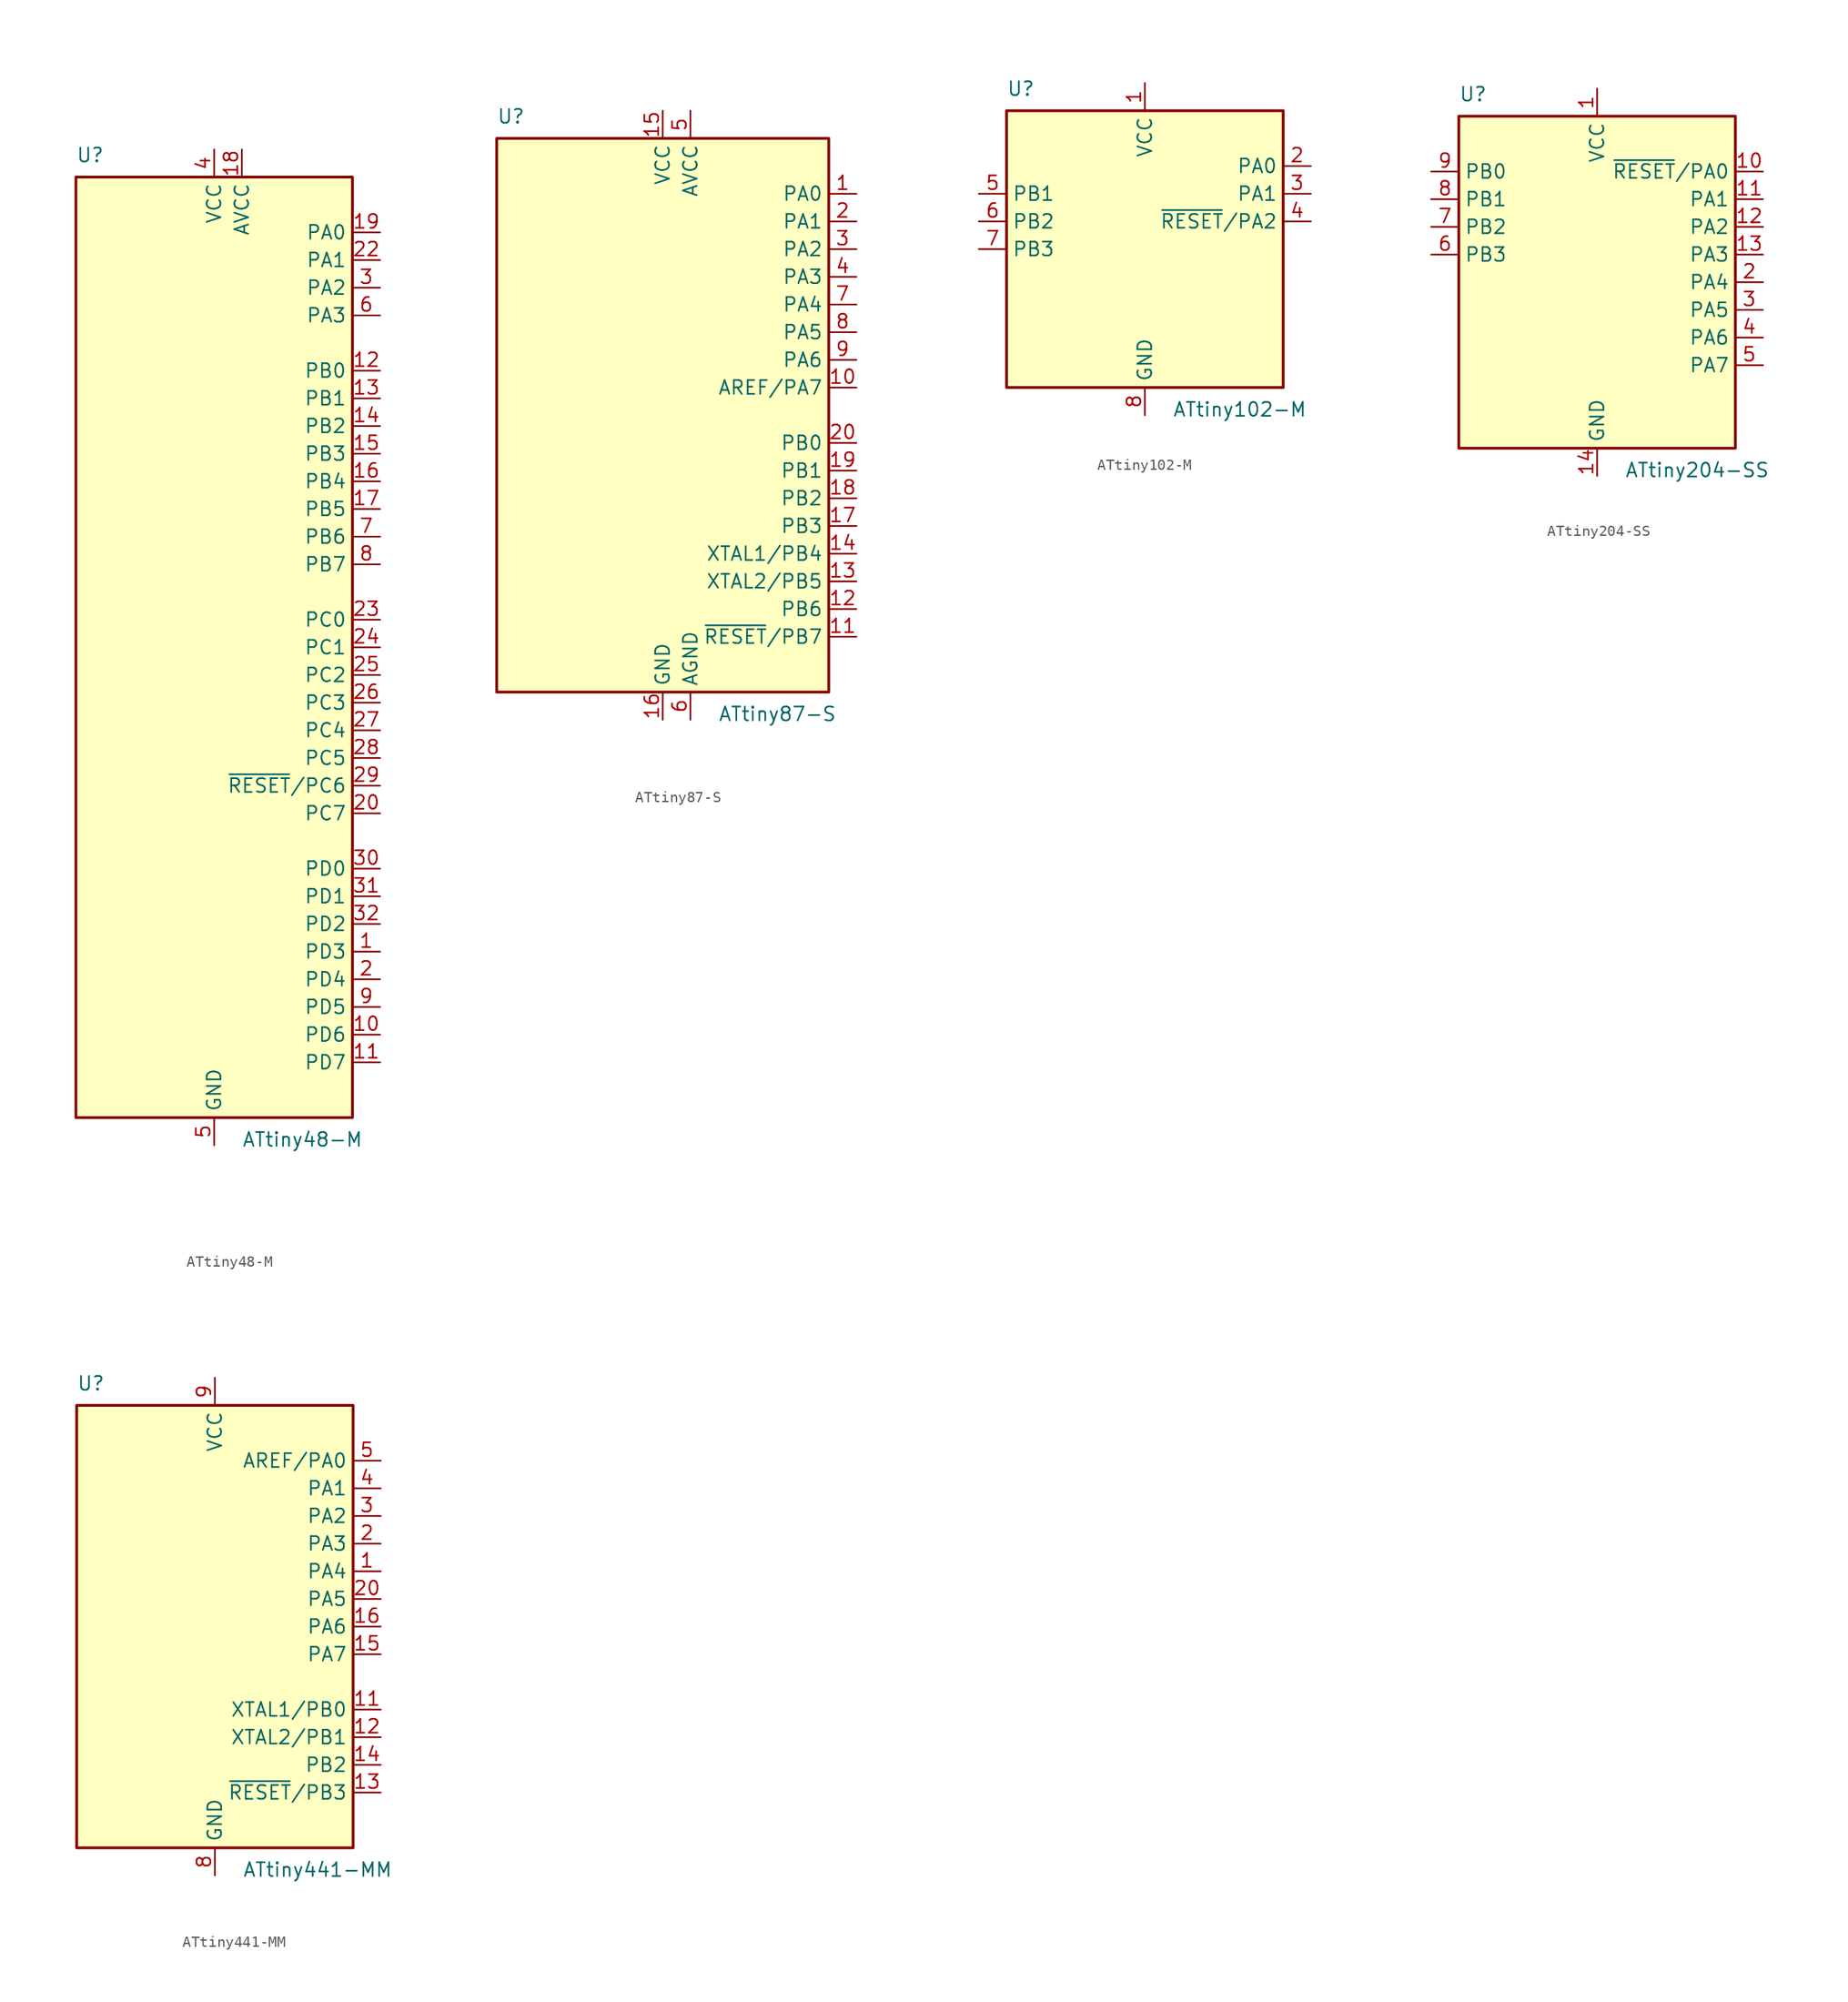
<source format=kicad_sym>
(kicad_symbol_lib
  (version 20231120)
  (generator "kicad_symbol_editor")
  (generator_version "8.0")
  (symbol "ATtiny48-M"
    (property "Reference" "U"
      (at -12.7 44.45 0)
      (effects (font (size 1.27 1.27)) (justify left bottom)))
    (property "Value" "ATtiny48-M"
      (at 2.54 -44.45 0)
      (effects (font (size 1.27 1.27)) (justify left top)))
    (symbol "ATtiny48-M_0_1"
      (rectangle (start -12.7 -43.18) (end 12.7 43.18) (stroke (width 0.254) (type default)) (fill (type background))))
    (symbol "ATtiny48-M_1_1"
      (pin bidirectional line (at 15.24 -27.94 180) (length 2.54) (name "PD3" (effects (font (size 1.27 1.27)))) (number "1" (effects (font (size 1.27 1.27)))))
      (pin bidirectional line (at 15.24 -35.56 180) (length 2.54) (name "PD6" (effects (font (size 1.27 1.27)))) (number "10" (effects (font (size 1.27 1.27)))))
      (pin bidirectional line (at 15.24 -38.1 180) (length 2.54) (name "PD7" (effects (font (size 1.27 1.27)))) (number "11" (effects (font (size 1.27 1.27)))))
      (pin bidirectional line (at 15.24 25.4 180) (length 2.54) (name "PB0" (effects (font (size 1.27 1.27)))) (number "12" (effects (font (size 1.27 1.27)))))
      (pin bidirectional line (at 15.24 22.86 180) (length 2.54) (name "PB1" (effects (font (size 1.27 1.27)))) (number "13" (effects (font (size 1.27 1.27)))))
      (pin bidirectional line (at 15.24 20.32 180) (length 2.54) (name "PB2" (effects (font (size 1.27 1.27)))) (number "14" (effects (font (size 1.27 1.27)))))
      (pin bidirectional line (at 15.24 17.78 180) (length 2.54) (name "PB3" (effects (font (size 1.27 1.27)))) (number "15" (effects (font (size 1.27 1.27)))))
      (pin bidirectional line (at 15.24 15.24 180) (length 2.54) (name "PB4" (effects (font (size 1.27 1.27)))) (number "16" (effects (font (size 1.27 1.27)))))
      (pin bidirectional line (at 15.24 12.7 180) (length 2.54) (name "PB5" (effects (font (size 1.27 1.27)))) (number "17" (effects (font (size 1.27 1.27)))))
      (pin power_in line (at 2.54 45.72 270) (length 2.54) (name "AVCC" (effects (font (size 1.27 1.27)))) (number "18" (effects (font (size 1.27 1.27)))))
      (pin bidirectional line (at 15.24 38.1 180) (length 2.54) (name "PA0" (effects (font (size 1.27 1.27)))) (number "19" (effects (font (size 1.27 1.27)))))
      (pin bidirectional line (at 15.24 -30.48 180) (length 2.54) (name "PD4" (effects (font (size 1.27 1.27)))) (number "2" (effects (font (size 1.27 1.27)))))
      (pin bidirectional line (at 15.24 -15.24 180) (length 2.54) (name "PC7" (effects (font (size 1.27 1.27)))) (number "20" (effects (font (size 1.27 1.27)))))
      (pin passive line (at 0 -45.72 90) (length 2.54) hide (name "GND" (effects (font (size 1.27 1.27)))) (number "21" (effects (font (size 1.27 1.27)))))
      (pin bidirectional line (at 15.24 35.56 180) (length 2.54) (name "PA1" (effects (font (size 1.27 1.27)))) (number "22" (effects (font (size 1.27 1.27)))))
      (pin bidirectional line (at 15.24 2.54 180) (length 2.54) (name "PC0" (effects (font (size 1.27 1.27)))) (number "23" (effects (font (size 1.27 1.27)))))
      (pin bidirectional line (at 15.24 0 180) (length 2.54) (name "PC1" (effects (font (size 1.27 1.27)))) (number "24" (effects (font (size 1.27 1.27)))))
      (pin bidirectional line (at 15.24 -2.54 180) (length 2.54) (name "PC2" (effects (font (size 1.27 1.27)))) (number "25" (effects (font (size 1.27 1.27)))))
      (pin bidirectional line (at 15.24 -5.08 180) (length 2.54) (name "PC3" (effects (font (size 1.27 1.27)))) (number "26" (effects (font (size 1.27 1.27)))))
      (pin bidirectional line (at 15.24 -7.62 180) (length 2.54) (name "PC4" (effects (font (size 1.27 1.27)))) (number "27" (effects (font (size 1.27 1.27)))))
      (pin bidirectional line (at 15.24 -10.16 180) (length 2.54) (name "PC5" (effects (font (size 1.27 1.27)))) (number "28" (effects (font (size 1.27 1.27)))))
      (pin bidirectional line (at 15.24 -12.7 180) (length 2.54) (name "~{RESET}/PC6" (effects (font (size 1.27 1.27)))) (number "29" (effects (font (size 1.27 1.27)))))
      (pin bidirectional line (at 15.24 33.02 180) (length 2.54) (name "PA2" (effects (font (size 1.27 1.27)))) (number "3" (effects (font (size 1.27 1.27)))))
      (pin bidirectional line (at 15.24 -20.32 180) (length 2.54) (name "PD0" (effects (font (size 1.27 1.27)))) (number "30" (effects (font (size 1.27 1.27)))))
      (pin bidirectional line (at 15.24 -22.86 180) (length 2.54) (name "PD1" (effects (font (size 1.27 1.27)))) (number "31" (effects (font (size 1.27 1.27)))))
      (pin bidirectional line (at 15.24 -25.4 180) (length 2.54) (name "PD2" (effects (font (size 1.27 1.27)))) (number "32" (effects (font (size 1.27 1.27)))))
      (pin passive line (at 0 -45.72 90) (length 2.54) hide (name "GND" (effects (font (size 1.27 1.27)))) (number "33" (effects (font (size 1.27 1.27)))))
      (pin power_in line (at 0 45.72 270) (length 2.54) (name "VCC" (effects (font (size 1.27 1.27)))) (number "4" (effects (font (size 1.27 1.27)))))
      (pin power_in line (at 0 -45.72 90) (length 2.54) (name "GND" (effects (font (size 1.27 1.27)))) (number "5" (effects (font (size 1.27 1.27)))))
      (pin bidirectional line (at 15.24 30.48 180) (length 2.54) (name "PA3" (effects (font (size 1.27 1.27)))) (number "6" (effects (font (size 1.27 1.27)))))
      (pin bidirectional line (at 15.24 10.16 180) (length 2.54) (name "PB6" (effects (font (size 1.27 1.27)))) (number "7" (effects (font (size 1.27 1.27)))))
      (pin bidirectional line (at 15.24 7.62 180) (length 2.54) (name "PB7" (effects (font (size 1.27 1.27)))) (number "8" (effects (font (size 1.27 1.27)))))
      (pin bidirectional line (at 15.24 -33.02 180) (length 2.54) (name "PD5" (effects (font (size 1.27 1.27)))) (number "9" (effects (font (size 1.27 1.27)))))))
  (symbol "ATtiny87-S"
    (property "Reference" "U"
      (at -15.24 26.67 0)
      (effects (font (size 1.27 1.27)) (justify left bottom)))
    (property "Value" "ATtiny87-S"
      (at 5.08 -26.67 0)
      (effects (font (size 1.27 1.27)) (justify left top)))
    (symbol "ATtiny87-S_0_1"
      (rectangle (start -15.24 -25.4) (end 15.24 25.4) (stroke (width 0.254) (type default)) (fill (type background))))
    (symbol "ATtiny87-S_1_1"
      (pin bidirectional line (at 17.78 20.32 180) (length 2.54) (name "PA0" (effects (font (size 1.27 1.27)))) (number "1" (effects (font (size 1.27 1.27)))))
      (pin bidirectional line (at 17.78 2.54 180) (length 2.54) (name "AREF/PA7" (effects (font (size 1.27 1.27)))) (number "10" (effects (font (size 1.27 1.27)))))
      (pin bidirectional line (at 17.78 -20.32 180) (length 2.54) (name "~{RESET}/PB7" (effects (font (size 1.27 1.27)))) (number "11" (effects (font (size 1.27 1.27)))))
      (pin bidirectional line (at 17.78 -17.78 180) (length 2.54) (name "PB6" (effects (font (size 1.27 1.27)))) (number "12" (effects (font (size 1.27 1.27)))))
      (pin bidirectional line (at 17.78 -15.24 180) (length 2.54) (name "XTAL2/PB5" (effects (font (size 1.27 1.27)))) (number "13" (effects (font (size 1.27 1.27)))))
      (pin bidirectional line (at 17.78 -12.7 180) (length 2.54) (name "XTAL1/PB4" (effects (font (size 1.27 1.27)))) (number "14" (effects (font (size 1.27 1.27)))))
      (pin power_in line (at 0 27.94 270) (length 2.54) (name "VCC" (effects (font (size 1.27 1.27)))) (number "15" (effects (font (size 1.27 1.27)))))
      (pin power_in line (at 0 -27.94 90) (length 2.54) (name "GND" (effects (font (size 1.27 1.27)))) (number "16" (effects (font (size 1.27 1.27)))))
      (pin bidirectional line (at 17.78 -10.16 180) (length 2.54) (name "PB3" (effects (font (size 1.27 1.27)))) (number "17" (effects (font (size 1.27 1.27)))))
      (pin bidirectional line (at 17.78 -7.62 180) (length 2.54) (name "PB2" (effects (font (size 1.27 1.27)))) (number "18" (effects (font (size 1.27 1.27)))))
      (pin bidirectional line (at 17.78 -5.08 180) (length 2.54) (name "PB1" (effects (font (size 1.27 1.27)))) (number "19" (effects (font (size 1.27 1.27)))))
      (pin bidirectional line (at 17.78 17.78 180) (length 2.54) (name "PA1" (effects (font (size 1.27 1.27)))) (number "2" (effects (font (size 1.27 1.27)))))
      (pin bidirectional line (at 17.78 -2.54 180) (length 2.54) (name "PB0" (effects (font (size 1.27 1.27)))) (number "20" (effects (font (size 1.27 1.27)))))
      (pin bidirectional line (at 17.78 15.24 180) (length 2.54) (name "PA2" (effects (font (size 1.27 1.27)))) (number "3" (effects (font (size 1.27 1.27)))))
      (pin bidirectional line (at 17.78 12.7 180) (length 2.54) (name "PA3" (effects (font (size 1.27 1.27)))) (number "4" (effects (font (size 1.27 1.27)))))
      (pin power_in line (at 2.54 27.94 270) (length 2.54) (name "AVCC" (effects (font (size 1.27 1.27)))) (number "5" (effects (font (size 1.27 1.27)))))
      (pin power_in line (at 2.54 -27.94 90) (length 2.54) (name "AGND" (effects (font (size 1.27 1.27)))) (number "6" (effects (font (size 1.27 1.27)))))
      (pin bidirectional line (at 17.78 10.16 180) (length 2.54) (name "PA4" (effects (font (size 1.27 1.27)))) (number "7" (effects (font (size 1.27 1.27)))))
      (pin bidirectional line (at 17.78 7.62 180) (length 2.54) (name "PA5" (effects (font (size 1.27 1.27)))) (number "8" (effects (font (size 1.27 1.27)))))
      (pin bidirectional line (at 17.78 5.08 180) (length 2.54) (name "PA6" (effects (font (size 1.27 1.27)))) (number "9" (effects (font (size 1.27 1.27)))))))
  (symbol "ATtiny102-M"
    (property "Reference" "U"
      (at -12.7 13.97 0)
      (effects (font (size 1.27 1.27)) (justify left bottom)))
    (property "Value" "ATtiny102-M"
      (at 2.54 -13.97 0)
      (effects (font (size 1.27 1.27)) (justify left top)))
    (symbol "ATtiny102-M_0_1"
      (rectangle (start -12.7 -12.7) (end 12.7 12.7) (stroke (width 0.254) (type default)) (fill (type background))))
    (symbol "ATtiny102-M_1_1"
      (pin power_in line (at 0 15.24 270) (length 2.54) (name "VCC" (effects (font (size 1.27 1.27)))) (number "1" (effects (font (size 1.27 1.27)))))
      (pin bidirectional line (at 15.24 7.62 180) (length 2.54) (name "PA0" (effects (font (size 1.27 1.27)))) (number "2" (effects (font (size 1.27 1.27)))))
      (pin bidirectional line (at 15.24 5.08 180) (length 2.54) (name "PA1" (effects (font (size 1.27 1.27)))) (number "3" (effects (font (size 1.27 1.27)))))
      (pin bidirectional line (at 15.24 2.54 180) (length 2.54) (name "~{RESET}/PA2" (effects (font (size 1.27 1.27)))) (number "4" (effects (font (size 1.27 1.27)))))
      (pin bidirectional line (at -15.24 5.08 0) (length 2.54) (name "PB1" (effects (font (size 1.27 1.27)))) (number "5" (effects (font (size 1.27 1.27)))))
      (pin bidirectional line (at -15.24 2.54 0) (length 2.54) (name "PB2" (effects (font (size 1.27 1.27)))) (number "6" (effects (font (size 1.27 1.27)))))
      (pin bidirectional line (at -15.24 0 0) (length 2.54) (name "PB3" (effects (font (size 1.27 1.27)))) (number "7" (effects (font (size 1.27 1.27)))))
      (pin power_in line (at 0 -15.24 90) (length 2.54) (name "GND" (effects (font (size 1.27 1.27)))) (number "8" (effects (font (size 1.27 1.27)))))
      (pin no_connect line (at -12.7 -7.62 0) (length 2.54) hide (name "NC" (effects (font (size 1.27 1.27)))) (number "9" (effects (font (size 1.27 1.27)))))))
  (symbol "ATtiny204-SS"
    (property "Reference" "U"
      (at -12.7 16.51 0)
      (effects (font (size 1.27 1.27)) (justify left bottom)))
    (property "Value" "ATtiny204-SS"
      (at 2.54 -16.51 0)
      (effects (font (size 1.27 1.27)) (justify left top)))
    (symbol "ATtiny204-SS_0_1"
      (rectangle (start -12.7 -15.24) (end 12.7 15.24) (stroke (width 0.254) (type default)) (fill (type background))))
    (symbol "ATtiny204-SS_1_1"
      (pin power_in line (at 0 17.78 270) (length 2.54) (name "VCC" (effects (font (size 1.27 1.27)))) (number "1" (effects (font (size 1.27 1.27)))))
      (pin bidirectional line (at 15.24 10.16 180) (length 2.54) (name "~{RESET}/PA0" (effects (font (size 1.27 1.27)))) (number "10" (effects (font (size 1.27 1.27)))))
      (pin bidirectional line (at 15.24 7.62 180) (length 2.54) (name "PA1" (effects (font (size 1.27 1.27)))) (number "11" (effects (font (size 1.27 1.27)))))
      (pin bidirectional line (at 15.24 5.08 180) (length 2.54) (name "PA2" (effects (font (size 1.27 1.27)))) (number "12" (effects (font (size 1.27 1.27)))))
      (pin bidirectional line (at 15.24 2.54 180) (length 2.54) (name "PA3" (effects (font (size 1.27 1.27)))) (number "13" (effects (font (size 1.27 1.27)))))
      (pin power_in line (at 0 -17.78 90) (length 2.54) (name "GND" (effects (font (size 1.27 1.27)))) (number "14" (effects (font (size 1.27 1.27)))))
      (pin bidirectional line (at 15.24 0 180) (length 2.54) (name "PA4" (effects (font (size 1.27 1.27)))) (number "2" (effects (font (size 1.27 1.27)))))
      (pin bidirectional line (at 15.24 -2.54 180) (length 2.54) (name "PA5" (effects (font (size 1.27 1.27)))) (number "3" (effects (font (size 1.27 1.27)))))
      (pin bidirectional line (at 15.24 -5.08 180) (length 2.54) (name "PA6" (effects (font (size 1.27 1.27)))) (number "4" (effects (font (size 1.27 1.27)))))
      (pin bidirectional line (at 15.24 -7.62 180) (length 2.54) (name "PA7" (effects (font (size 1.27 1.27)))) (number "5" (effects (font (size 1.27 1.27)))))
      (pin bidirectional line (at -15.24 2.54 0) (length 2.54) (name "PB3" (effects (font (size 1.27 1.27)))) (number "6" (effects (font (size 1.27 1.27)))))
      (pin bidirectional line (at -15.24 5.08 0) (length 2.54) (name "PB2" (effects (font (size 1.27 1.27)))) (number "7" (effects (font (size 1.27 1.27)))))
      (pin bidirectional line (at -15.24 7.62 0) (length 2.54) (name "PB1" (effects (font (size 1.27 1.27)))) (number "8" (effects (font (size 1.27 1.27)))))
      (pin bidirectional line (at -15.24 10.16 0) (length 2.54) (name "PB0" (effects (font (size 1.27 1.27)))) (number "9" (effects (font (size 1.27 1.27)))))))
  (symbol "ATtiny441-MM"
    (property "Reference" "U"
      (at -12.7 21.59 0)
      (effects (font (size 1.27 1.27)) (justify left bottom)))
    (property "Value" "ATtiny441-MM"
      (at 2.54 -21.59 0)
      (effects (font (size 1.27 1.27)) (justify left top)))
    (symbol "ATtiny441-MM_0_1"
      (rectangle (start -12.7 -20.32) (end 12.7 20.32) (stroke (width 0.254) (type default)) (fill (type background))))
    (symbol "ATtiny441-MM_1_1"
      (pin bidirectional line (at 15.24 5.08 180) (length 2.54) (name "PA4" (effects (font (size 1.27 1.27)))) (number "1" (effects (font (size 1.27 1.27)))))
      (pin no_connect line (at -12.7 -10.16 0) (length 2.54) hide (name "NC" (effects (font (size 1.27 1.27)))) (number "10" (effects (font (size 1.27 1.27)))))
      (pin bidirectional line (at 15.24 -7.62 180) (length 2.54) (name "XTAL1/PB0" (effects (font (size 1.27 1.27)))) (number "11" (effects (font (size 1.27 1.27)))))
      (pin bidirectional line (at 15.24 -10.16 180) (length 2.54) (name "XTAL2/PB1" (effects (font (size 1.27 1.27)))) (number "12" (effects (font (size 1.27 1.27)))))
      (pin bidirectional line (at 15.24 -15.24 180) (length 2.54) (name "~{RESET}/PB3" (effects (font (size 1.27 1.27)))) (number "13" (effects (font (size 1.27 1.27)))))
      (pin bidirectional line (at 15.24 -12.7 180) (length 2.54) (name "PB2" (effects (font (size 1.27 1.27)))) (number "14" (effects (font (size 1.27 1.27)))))
      (pin bidirectional line (at 15.24 -2.54 180) (length 2.54) (name "PA7" (effects (font (size 1.27 1.27)))) (number "15" (effects (font (size 1.27 1.27)))))
      (pin bidirectional line (at 15.24 0 180) (length 2.54) (name "PA6" (effects (font (size 1.27 1.27)))) (number "16" (effects (font (size 1.27 1.27)))))
      (pin no_connect line (at -12.7 -12.7 0) (length 2.54) hide (name "NC" (effects (font (size 1.27 1.27)))) (number "17" (effects (font (size 1.27 1.27)))))
      (pin no_connect line (at -12.7 -15.24 0) (length 2.54) hide (name "NC" (effects (font (size 1.27 1.27)))) (number "18" (effects (font (size 1.27 1.27)))))
      (pin no_connect line (at -12.7 -17.78 0) (length 2.54) hide (name "NC" (effects (font (size 1.27 1.27)))) (number "19" (effects (font (size 1.27 1.27)))))
      (pin bidirectional line (at 15.24 7.62 180) (length 2.54) (name "PA3" (effects (font (size 1.27 1.27)))) (number "2" (effects (font (size 1.27 1.27)))))
      (pin bidirectional line (at 15.24 2.54 180) (length 2.54) (name "PA5" (effects (font (size 1.27 1.27)))) (number "20" (effects (font (size 1.27 1.27)))))
      (pin passive line (at 0 -22.86 90) (length 2.54) hide (name "GND" (effects (font (size 1.27 1.27)))) (number "21" (effects (font (size 1.27 1.27)))))
      (pin bidirectional line (at 15.24 10.16 180) (length 2.54) (name "PA2" (effects (font (size 1.27 1.27)))) (number "3" (effects (font (size 1.27 1.27)))))
      (pin bidirectional line (at 15.24 12.7 180) (length 2.54) (name "PA1" (effects (font (size 1.27 1.27)))) (number "4" (effects (font (size 1.27 1.27)))))
      (pin bidirectional line (at 15.24 15.24 180) (length 2.54) (name "AREF/PA0" (effects (font (size 1.27 1.27)))) (number "5" (effects (font (size 1.27 1.27)))))
      (pin no_connect line (at -12.7 -5.08 0) (length 2.54) hide (name "NC" (effects (font (size 1.27 1.27)))) (number "6" (effects (font (size 1.27 1.27)))))
      (pin no_connect line (at -12.7 -7.62 0) (length 2.54) hide (name "NC" (effects (font (size 1.27 1.27)))) (number "7" (effects (font (size 1.27 1.27)))))
      (pin power_in line (at 0 -22.86 90) (length 2.54) (name "GND" (effects (font (size 1.27 1.27)))) (number "8" (effects (font (size 1.27 1.27)))))
      (pin power_in line (at 0 22.86 270) (length 2.54) (name "VCC" (effects (font (size 1.27 1.27)))) (number "9" (effects (font (size 1.27 1.27))))))))
</source>
